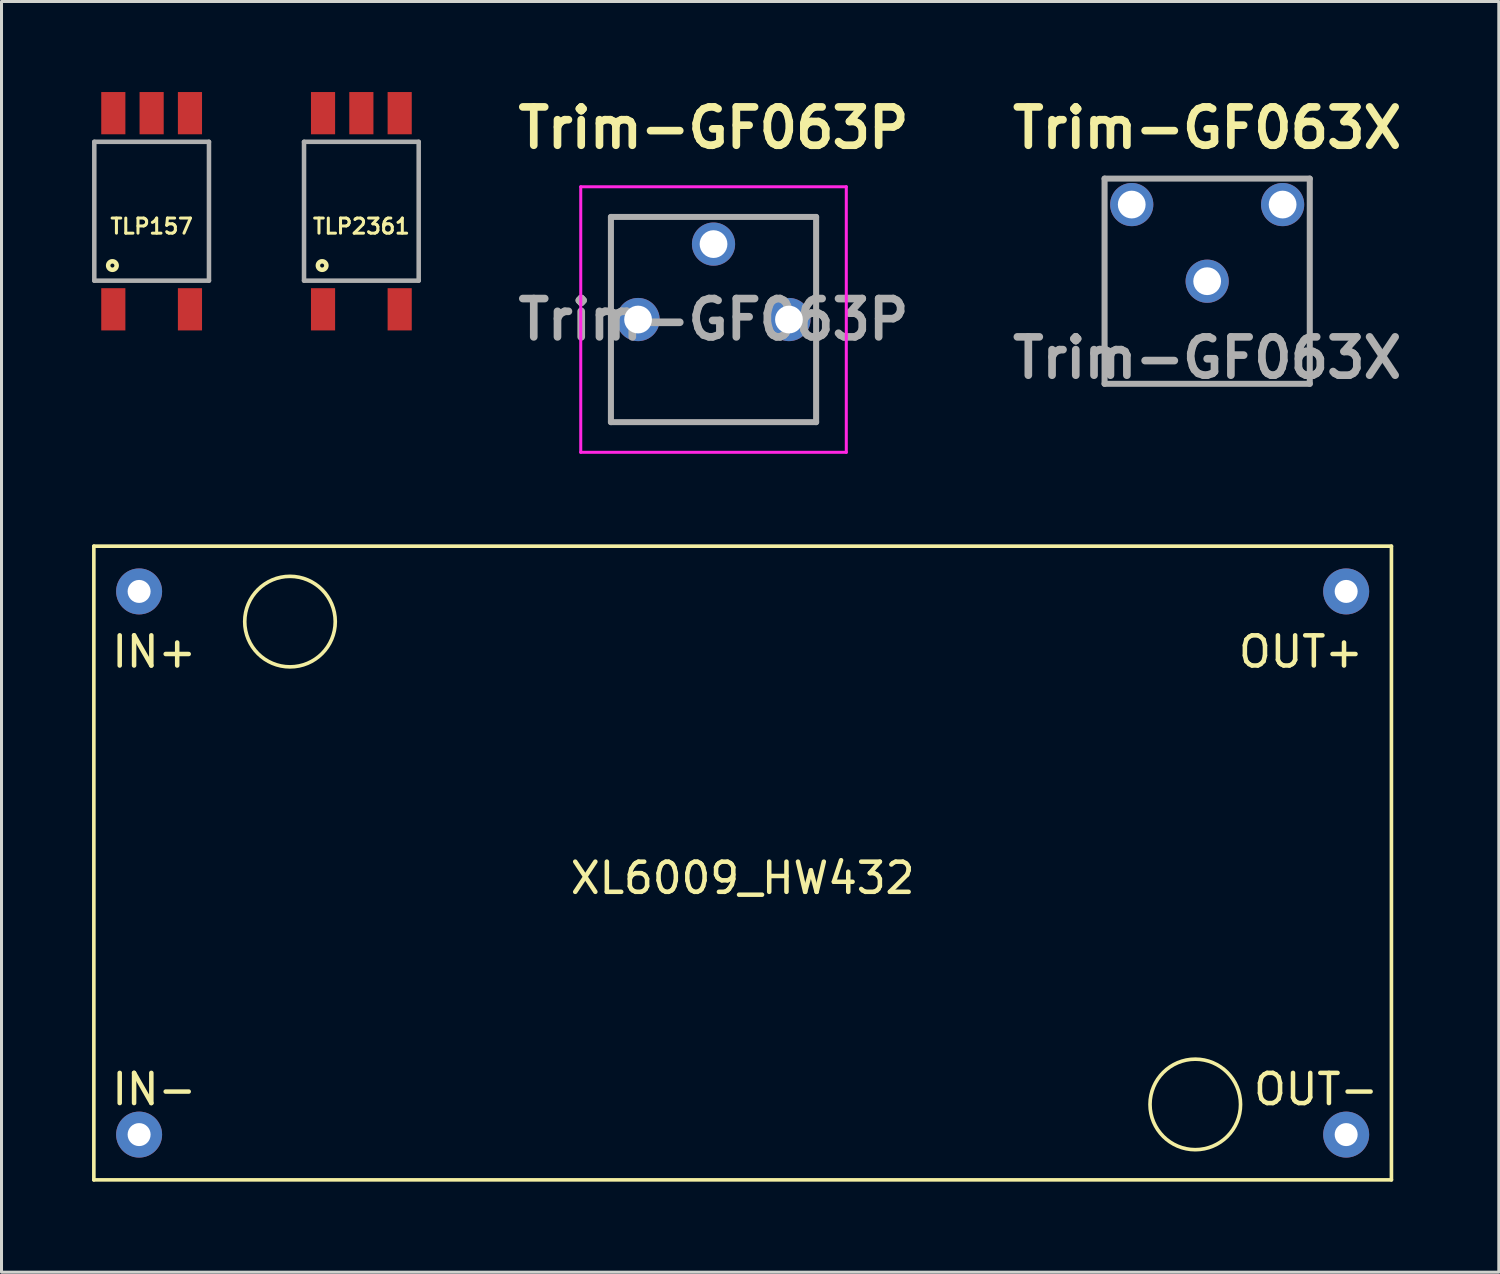
<source format=kicad_pcb>
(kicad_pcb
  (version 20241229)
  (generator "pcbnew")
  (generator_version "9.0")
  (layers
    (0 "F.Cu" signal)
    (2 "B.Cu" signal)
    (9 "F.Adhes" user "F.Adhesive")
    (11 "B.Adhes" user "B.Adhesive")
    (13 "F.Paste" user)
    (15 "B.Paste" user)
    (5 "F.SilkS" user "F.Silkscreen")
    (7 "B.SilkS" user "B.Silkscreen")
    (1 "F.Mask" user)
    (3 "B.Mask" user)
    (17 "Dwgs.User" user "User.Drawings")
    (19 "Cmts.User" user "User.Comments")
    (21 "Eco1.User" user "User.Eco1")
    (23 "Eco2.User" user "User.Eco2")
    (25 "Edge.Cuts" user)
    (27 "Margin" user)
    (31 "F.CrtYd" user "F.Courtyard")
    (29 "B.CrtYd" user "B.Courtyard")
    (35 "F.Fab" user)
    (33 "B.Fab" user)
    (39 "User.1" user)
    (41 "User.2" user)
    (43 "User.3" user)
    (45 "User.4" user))
  (footprint "TLP157"
    (layer "F.Cu")
    (at 1.975 3.95)
    (property "Reference" "TLP157" (at 0 0.5 0) (layer "F.SilkS") (effects (font (size 0.5 0.5) (thickness 0.1))))
    (attr smd)
    (fp_circle (center -1.3 1.8) (end -1.159 1.8) (stroke (width 0.15) (type solid)) (fill no) (layer "F.SilkS"))
    (fp_line (start -1.9 -2.3) (end 1.9 -2.3) (stroke (width 0.15) (type solid)) (layer "F.Fab"))
    (fp_line (start -1.9 2.3) (end -1.9 -2.3) (stroke (width 0.15) (type solid)) (layer "F.Fab"))
    (fp_line (start 1.9 -2.3) (end 1.9 2.3) (stroke (width 0.15) (type solid)) (layer "F.Fab"))
    (fp_line (start 1.9 2.3) (end -1.9 2.3) (stroke (width 0.15) (type solid)) (layer "F.Fab"))
    (pad "1" smd rect (at -1.27 3.25) (size 0.8 1.4) (layers "F.Cu" "F.Mask" "F.Paste"))
    (pad "3" smd rect (at 1.27 3.25) (size 0.8 1.4) (layers "F.Cu" "F.Mask" "F.Paste"))
    (pad "4" smd rect (at 1.27 -3.25) (size 0.8 1.4) (layers "F.Cu" "F.Mask" "F.Paste"))
    (pad "5" smd rect (at 0 -3.25) (size 0.8 1.4) (layers "F.Cu" "F.Mask" "F.Paste"))
    (pad "6" smd rect (at -1.27 -3.25) (size 0.8 1.4) (layers "F.Cu" "F.Mask" "F.Paste")))
  (footprint "TLP2361"
    (layer "F.Cu")
    (at 8.925 3.95)
    (property "Reference" "TLP2361" (at 0 0.5 0) (layer "F.SilkS") (effects (font (size 0.5 0.5) (thickness 0.1))))
    (attr smd)
    (fp_circle (center -1.3 1.8) (end -1.159 1.8) (stroke (width 0.15) (type solid)) (fill no) (layer "F.SilkS"))
    (fp_line (start -1.9 -2.3) (end 1.9 -2.3) (stroke (width 0.15) (type solid)) (layer "F.Fab"))
    (fp_line (start -1.9 2.3) (end -1.9 -2.3) (stroke (width 0.15) (type solid)) (layer "F.Fab"))
    (fp_line (start 1.9 -2.3) (end 1.9 2.3) (stroke (width 0.15) (type solid)) (layer "F.Fab"))
    (fp_line (start 1.9 2.3) (end -1.9 2.3) (stroke (width 0.15) (type solid)) (layer "F.Fab"))
    (pad "1" smd rect (at -1.27 3.25) (size 0.8 1.4) (layers "F.Cu" "F.Mask" "F.Paste"))
    (pad "3" smd rect (at 1.27 3.25) (size 0.8 1.4) (layers "F.Cu" "F.Mask" "F.Paste"))
    (pad "4" smd rect (at 1.27 -3.25) (size 0.8 1.4) (layers "F.Cu" "F.Mask" "F.Paste"))
    (pad "5" smd rect (at 0 -3.25) (size 0.8 1.4) (layers "F.Cu" "F.Mask" "F.Paste"))
    (pad "6" smd rect (at -1.27 -3.25) (size 0.8 1.4) (layers "F.Cu" "F.Mask" "F.Paste")))
  (footprint "Trim-GF063X"
    (layer "F.Cu")
    (at 36.954 6.269)
    (property "Reference" "Trim-GF063X" (at 0 -5.08 0) (layer "F.SilkS") (effects (font (size 1.27 1.27) (thickness 0.254))))
    (attr through_hole)
    (fp_line (start -3.4 -3.4) (end 3.4 -3.4) (stroke (width 0.1) (type solid)) (layer "F.SilkS"))
    (fp_line (start -3.4 3.4) (end -3.4 -3.4) (stroke (width 0.1) (type solid)) (layer "F.SilkS"))
    (fp_line (start 3.4 -3.4) (end 3.4 3.4) (stroke (width 0.1) (type solid)) (layer "F.SilkS"))
    (fp_line (start 3.4 3.4) (end -3.4 3.4) (stroke (width 0.1) (type solid)) (layer "F.SilkS"))
    (fp_line (start -3.4 -3.4) (end 3.4 -3.4) (stroke (width 0.2) (type solid)) (layer "F.Fab"))
    (fp_line (start -3.4 3.4) (end -3.4 -3.4) (stroke (width 0.2) (type solid)) (layer "F.Fab"))
    (fp_line (start 3.4 -3.4) (end 3.4 3.4) (stroke (width 0.2) (type solid)) (layer "F.Fab"))
    (fp_line (start 3.4 3.4) (end -3.4 3.4) (stroke (width 0.2) (type solid)) (layer "F.Fab"))
    (fp_text user "${REFERENCE}" (at 0 2.54 0) (layer "F.Fab") (effects (font (size 1.27 1.27) (thickness 0.254))))
    (pad "1" thru_hole circle (at -2.5 -2.54) (size 1.431 1.431) (drill 0.92) (layers "*.Cu" "*.Mask"))
    (pad "2" thru_hole circle (at 0 0) (size 1.431 1.431) (drill 0.92) (layers "*.Cu" "*.Mask"))
    (pad "3" thru_hole circle (at 2.5 -2.54) (size 1.431 1.431) (drill 0.92) (layers "*.Cu" "*.Mask")))
  (footprint "Trim-GF063P"
    (layer "F.Cu")
    (at 20.595 7.539)
    (property "Reference" "Trim-GF063P" (at 0 -6.35 0) (layer "F.SilkS") (effects (font (size 1.27 1.27) (thickness 0.254))))
    (attr through_hole)
    (fp_line (start -3.4 -3.4) (end 3.4 -3.4) (stroke (width 0.1) (type solid)) (layer "F.SilkS"))
    (fp_line (start -3.4 3.4) (end -3.4 -3.4) (stroke (width 0.1) (type solid)) (layer "F.SilkS"))
    (fp_line (start 3.4 -3.4) (end 3.4 3.4) (stroke (width 0.1) (type solid)) (layer "F.SilkS"))
    (fp_line (start 3.4 3.4) (end -3.4 3.4) (stroke (width 0.1) (type solid)) (layer "F.SilkS"))
    (fp_line (start -4.4 -4.4) (end 4.4 -4.4) (stroke (width 0.1) (type solid)) (layer "F.CrtYd"))
    (fp_line (start -4.4 4.4) (end -4.4 -4.4) (stroke (width 0.1) (type solid)) (layer "F.CrtYd"))
    (fp_line (start 4.4 -4.4) (end 4.4 4.4) (stroke (width 0.1) (type solid)) (layer "F.CrtYd"))
    (fp_line (start 4.4 4.4) (end -4.4 4.4) (stroke (width 0.1) (type solid)) (layer "F.CrtYd"))
    (fp_line (start -3.4 -3.4) (end 3.4 -3.4) (stroke (width 0.2) (type solid)) (layer "F.Fab"))
    (fp_line (start -3.4 3.4) (end -3.4 -3.4) (stroke (width 0.2) (type solid)) (layer "F.Fab"))
    (fp_line (start 3.4 -3.4) (end 3.4 3.4) (stroke (width 0.2) (type solid)) (layer "F.Fab"))
    (fp_line (start 3.4 3.4) (end -3.4 3.4) (stroke (width 0.2) (type solid)) (layer "F.Fab"))
    (fp_text user "${REFERENCE}" (at 0 0 0) (layer "F.Fab") (effects (font (size 1.27 1.27) (thickness 0.254))))
    (pad "1" thru_hole circle (at -2.5 0) (size 1.431 1.431) (drill 0.92) (layers "*.Cu" "*.Mask"))
    (pad "2" thru_hole circle (at 0 -2.5) (size 1.431 1.431) (drill 0.92) (layers "*.Cu" "*.Mask"))
    (pad "3" thru_hole circle (at 2.5 0) (size 1.431 1.431) (drill 0.92) (layers "*.Cu" "*.Mask")))
  (footprint "XL6009_HW432"
    (layer "F.Cu")
    (at 21.56 25.549)
    (property "Reference" "XL6009_HW432" (at 0 0.5 0) (layer "F.SilkS") (effects (font (size 1 1) (thickness 0.15))))
    (attr through_hole)
    (fp_line (start -21.5 -10.5) (end 21.5 -10.5) (stroke (width 0.12) (type solid)) (layer "F.SilkS"))
    (fp_line (start -21.5 10.5) (end -21.5 -10.5) (stroke (width 0.12) (type solid)) (layer "F.SilkS"))
    (fp_line (start 21.5 -10.5) (end 21.5 10.5) (stroke (width 0.12) (type solid)) (layer "F.SilkS"))
    (fp_line (start 21.5 10.5) (end -21.5 10.5) (stroke (width 0.12) (type solid)) (layer "F.SilkS"))
    (fp_circle (center -15 -8) (end -15 -6.5) (stroke (width 0.12) (type solid)) (fill no) (layer "F.SilkS"))
    (fp_circle (center 15 8) (end 15 6.5) (stroke (width 0.12) (type solid)) (fill no) (layer "F.SilkS"))
    (fp_text user "OUT-" (at 19 7.5 0) (layer "F.SilkS") (effects (font (size 1 1) (thickness 0.15))))
    (fp_text user "OUT+" (at 18.5 -7 0) (layer "F.SilkS") (effects (font (size 1 1) (thickness 0.15))))
    (fp_text user "IN-" (at -19.5 7.5 0) (layer "F.SilkS") (effects (font (size 1 1) (thickness 0.15))))
    (fp_text user "IN+" (at -19.5 -7 0) (layer "F.SilkS") (effects (font (size 1 1) (thickness 0.15))))
    (pad "1" thru_hole circle (at -20 9) (size 1.524 1.524) (drill 0.762) (layers "*.Cu" "*.Mask"))
    (pad "2" thru_hole circle (at -20 -9) (size 1.524 1.524) (drill 0.762) (layers "*.Cu" "*.Mask"))
    (pad "3" thru_hole circle (at 20 9) (size 1.524 1.524) (drill 0.762) (layers "*.Cu" "*.Mask"))
    (pad "4" thru_hole circle (at 20 -9) (size 1.524 1.524) (drill 0.762) (layers "*.Cu" "*.Mask")))
  (gr_rect
    (start -3 -3)
    (end 46.618 39.109)
    (stroke (width 0.1) (type default))
    (fill no)
    (layer "Edge.Cuts")))
</source>
